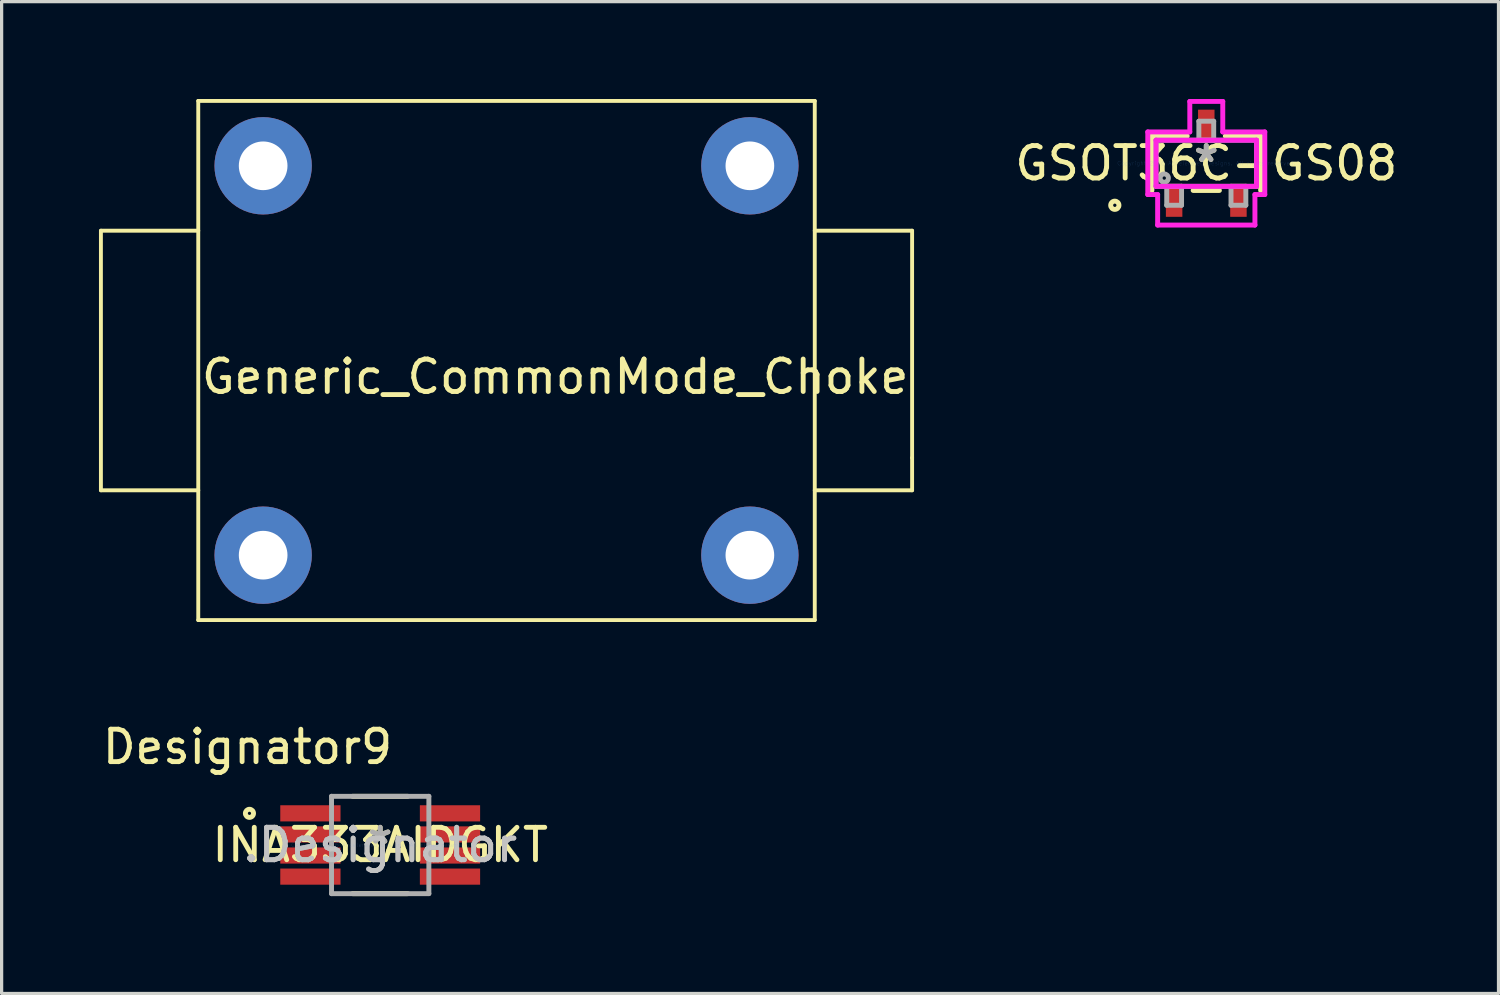
<source format=kicad_pcb>
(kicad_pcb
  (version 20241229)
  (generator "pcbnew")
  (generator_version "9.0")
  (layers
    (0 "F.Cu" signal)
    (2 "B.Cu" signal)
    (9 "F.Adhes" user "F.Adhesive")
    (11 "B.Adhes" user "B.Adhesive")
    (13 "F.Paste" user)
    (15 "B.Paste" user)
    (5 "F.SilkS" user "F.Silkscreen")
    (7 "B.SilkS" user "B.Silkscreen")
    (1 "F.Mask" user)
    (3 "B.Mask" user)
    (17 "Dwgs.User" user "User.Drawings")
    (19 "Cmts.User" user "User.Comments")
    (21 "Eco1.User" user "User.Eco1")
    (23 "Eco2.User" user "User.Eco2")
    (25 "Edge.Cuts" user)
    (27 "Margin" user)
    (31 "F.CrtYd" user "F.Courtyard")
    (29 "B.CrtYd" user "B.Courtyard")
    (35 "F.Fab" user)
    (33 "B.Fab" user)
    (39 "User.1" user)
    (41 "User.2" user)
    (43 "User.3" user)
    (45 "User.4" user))
  (footprint "GSOT36C-GS08"
    (layer "F.Cu")
    (at 34.126 1.981)
    (property "Reference" "GSOT36C-GS08" (at 0 0 0) (layer "F.SilkS") (effects (font (size 1 1) (thickness 0.15))))
    (attr through_hole)
    (fp_line (start -1.676 -0.838) (end -1.676 0.838) (stroke (width 0.152) (type solid)) (layer "F.SilkS"))
    (fp_line (start -0.587 -0.838) (end -1.676 -0.838) (stroke (width 0.152) (type solid)) (layer "F.SilkS"))
    (fp_line (start -0.404 0.838) (end 0.404 0.838) (stroke (width 0.152) (type solid)) (layer "F.SilkS"))
    (fp_line (start 1.676 -0.838) (end 0.587 -0.838) (stroke (width 0.152) (type solid)) (layer "F.SilkS"))
    (fp_line (start 1.676 0.838) (end 1.676 -0.838) (stroke (width 0.152) (type solid)) (layer "F.SilkS"))
    (fp_circle (center -2.819 1.295) (end -2.692 1.295) (stroke (width 0.152) (type solid)) (fill no) (layer "F.SilkS"))
    (fp_line (start -1.803 -0.965) (end -0.508 -0.965) (stroke (width 0.152) (type solid)) (layer "F.CrtYd"))
    (fp_line (start -1.803 0.965) (end -1.803 -0.965) (stroke (width 0.152) (type solid)) (layer "F.CrtYd"))
    (fp_line (start -1.549 -0.711) (end 1.549 -0.711) (stroke (width 0.152) (type solid)) (layer "F.CrtYd"))
    (fp_line (start -1.549 0.711) (end -1.549 -0.711) (stroke (width 0.152) (type solid)) (layer "F.CrtYd"))
    (fp_line (start -1.499 0.965) (end -1.803 0.965) (stroke (width 0.152) (type solid)) (layer "F.CrtYd"))
    (fp_line (start -1.499 1.905) (end -1.499 0.965) (stroke (width 0.152) (type solid)) (layer "F.CrtYd"))
    (fp_line (start -0.508 -1.905) (end 0.508 -1.905) (stroke (width 0.152) (type solid)) (layer "F.CrtYd"))
    (fp_line (start -0.508 -0.965) (end -0.508 -1.905) (stroke (width 0.152) (type solid)) (layer "F.CrtYd"))
    (fp_line (start 0.508 -1.905) (end 0.508 -0.965) (stroke (width 0.152) (type solid)) (layer "F.CrtYd"))
    (fp_line (start 0.508 -0.965) (end 1.803 -0.965) (stroke (width 0.152) (type solid)) (layer "F.CrtYd"))
    (fp_line (start 1.499 0.965) (end 1.499 1.905) (stroke (width 0.152) (type solid)) (layer "F.CrtYd"))
    (fp_line (start 1.499 1.905) (end -1.499 1.905) (stroke (width 0.152) (type solid)) (layer "F.CrtYd"))
    (fp_line (start 1.549 -0.711) (end 1.549 0.711) (stroke (width 0.152) (type solid)) (layer "F.CrtYd"))
    (fp_line (start 1.549 0.711) (end -1.549 0.711) (stroke (width 0.152) (type solid)) (layer "F.CrtYd"))
    (fp_line (start 1.803 -0.965) (end 1.803 0.965) (stroke (width 0.152) (type solid)) (layer "F.CrtYd"))
    (fp_line (start 1.803 0.965) (end 1.499 0.965) (stroke (width 0.152) (type solid)) (layer "F.CrtYd"))
    (fp_line (start -1.549 -0.711) (end -1.549 0.711) (stroke (width 0.152) (type solid)) (layer "F.Fab"))
    (fp_line (start -1.549 0.711) (end 1.549 0.711) (stroke (width 0.152) (type solid)) (layer "F.Fab"))
    (fp_line (start -1.219 0.711) (end -1.219 1.295) (stroke (width 0.152) (type solid)) (layer "F.Fab"))
    (fp_line (start -1.219 1.295) (end -0.762 1.295) (stroke (width 0.152) (type solid)) (layer "F.Fab"))
    (fp_line (start -0.762 0.711) (end -1.219 0.711) (stroke (width 0.152) (type solid)) (layer "F.Fab"))
    (fp_line (start -0.762 1.295) (end -0.762 0.711) (stroke (width 0.152) (type solid)) (layer "F.Fab"))
    (fp_line (start -0.229 -1.295) (end -0.229 -0.711) (stroke (width 0.152) (type solid)) (layer "F.Fab"))
    (fp_line (start -0.229 -0.711) (end 0.229 -0.711) (stroke (width 0.152) (type solid)) (layer "F.Fab"))
    (fp_line (start 0.229 -1.295) (end -0.229 -1.295) (stroke (width 0.152) (type solid)) (layer "F.Fab"))
    (fp_line (start 0.229 -0.711) (end 0.229 -1.295) (stroke (width 0.152) (type solid)) (layer "F.Fab"))
    (fp_line (start 0.762 0.711) (end 0.762 1.295) (stroke (width 0.152) (type solid)) (layer "F.Fab"))
    (fp_line (start 0.762 1.295) (end 1.219 1.295) (stroke (width 0.152) (type solid)) (layer "F.Fab"))
    (fp_line (start 1.219 0.711) (end 0.762 0.711) (stroke (width 0.152) (type solid)) (layer "F.Fab"))
    (fp_line (start 1.219 1.295) (end 1.219 0.711) (stroke (width 0.152) (type solid)) (layer "F.Fab"))
    (fp_line (start 1.549 -0.711) (end -1.549 -0.711) (stroke (width 0.152) (type solid)) (layer "F.Fab"))
    (fp_line (start 1.549 0.711) (end 1.549 -0.711) (stroke (width 0.152) (type solid)) (layer "F.Fab"))
    (fp_circle (center -1.295 0.457) (end -1.168 0.457) (stroke (width 0.152) (type solid)) (fill no) (layer "F.Fab"))
    (fp_text user "*" (at 0 0 0) (layer "F.SilkS") (effects (font (size 1 1) (thickness 0.15))))
    (fp_text user "Copyright 2016 Accelerated Designs. All rights reserved." (at 0 0 0) (layer "Cmts.User") (effects (font (size 0.127 0.127) (thickness 0.002))))
    (fp_text user "*" (at 0 0 0) (layer "F.Fab") (effects (font (size 1 1) (thickness 0.15))))
    (pad "1" smd rect (at -0.991 1.143) (size 0.508 1.016) (layers "F.Cu" "F.Mask" "F.Paste"))
    (pad "2" smd rect (at 0.991 1.143) (size 0.508 1.016) (layers "F.Cu" "F.Mask" "F.Paste"))
    (pad "3" smd rect (at 0 -1.143) (size 0.508 1.016) (layers "F.Cu" "F.Mask" "F.Paste")))
  (footprint "Generic_CommonMode_Choke"
    (layer "F.Cu")
    (at 14.06 8.06)
    (property "Reference" "Generic_CommonMode_Choke" (at 0 0.5 0) (layer "F.SilkS") (effects (font (size 1 1) (thickness 0.15))))
    (attr through_hole)
    (fp_line (start -14 -4) (end -14 4) (stroke (width 0.12) (type solid)) (layer "F.SilkS"))
    (fp_line (start -14 4) (end -11 4) (stroke (width 0.12) (type solid)) (layer "F.SilkS"))
    (fp_line (start -11 -8) (end -11 8) (stroke (width 0.12) (type solid)) (layer "F.SilkS"))
    (fp_line (start -11 -4) (end -14 -4) (stroke (width 0.12) (type solid)) (layer "F.SilkS"))
    (fp_line (start -11 8) (end 8 8) (stroke (width 0.12) (type solid)) (layer "F.SilkS"))
    (fp_line (start 8 -8) (end -11 -8) (stroke (width 0.12) (type solid)) (layer "F.SilkS"))
    (fp_line (start 8 -4) (end 11 -4) (stroke (width 0.12) (type solid)) (layer "F.SilkS"))
    (fp_line (start 8 8) (end 8 -8) (stroke (width 0.12) (type solid)) (layer "F.SilkS"))
    (fp_line (start 11 -4) (end 11 3) (stroke (width 0.12) (type solid)) (layer "F.SilkS"))
    (fp_line (start 11 3) (end 11 4) (stroke (width 0.12) (type solid)) (layer "F.SilkS"))
    (fp_line (start 11 4) (end 8 4) (stroke (width 0.12) (type solid)) (layer "F.SilkS"))
    (pad "1" thru_hole circle (at -9 -6) (size 3 3) (drill 1.5) (layers "*.Cu" "*.Mask"))
    (pad "2" thru_hole circle (at 6 -6) (size 3 3) (drill 1.5) (layers "*.Cu" "*.Mask"))
    (pad "3" thru_hole circle (at 6 6) (size 3 3) (drill 1.5) (layers "*.Cu" "*.Mask"))
    (pad "4" thru_hole circle (at -9 6) (size 3 3) (drill 1.5) (layers "*.Cu" "*.Mask")))
  (footprint "INA333AIDGKT"
    (layer "F.Cu")
    (at 8.667 22.991)
    (property "Reference" "INA333AIDGKT" (at 0 0 0) (layer "F.SilkS") (effects (font (size 1 1) (thickness 0.15))))
    (attr through_hole)
    (fp_line (start -0.848 -1.5) (end 0.848 -1.5) (stroke (width 0.152) (type solid)) (layer "F.SilkS"))
    (fp_line (start -0.848 1.5) (end 0.848 1.5) (stroke (width 0.152) (type solid)) (layer "F.SilkS"))
    (fp_circle (center -4.029 -0.975) (end -3.904 -0.975) (stroke (width 0.152) (type solid)) (fill no) (layer "F.SilkS"))
    (fp_line (start -1.5 -1.5) (end 1.5 -1.5) (stroke (width 0.152) (type solid)) (layer "F.Fab"))
    (fp_line (start -1.5 1.5) (end -1.5 -1.5) (stroke (width 0.152) (type solid)) (layer "F.Fab"))
    (fp_line (start -1.5 1.5) (end 1.5 1.5) (stroke (width 0.152) (type solid)) (layer "F.Fab"))
    (fp_line (start 1.5 1.5) (end 1.5 -1.5) (stroke (width 0.152) (type solid)) (layer "F.Fab"))
    (fp_text user "Designator9" (at -4.089 -3.023 0) (layer "F.SilkS") (effects (font (size 1 1) (thickness 0.15))))
    (fp_text user "*" (at 0 0 0) (layer "F.SilkS") (effects (font (size 1 1) (thickness 0.15))))
    (fp_text user ".Designator" (at 0 0 0) (layer "Dwgs.User") (effects (font (size 1 1) (thickness 0.15))))
    (fp_text user "Copyright 2016 Accelerated Designs. All rights reserved." (at 0 0 0) (layer "Cmts.User") (effects (font (size 0.127 0.127) (thickness 0.002))))
    (fp_text user "*" (at 0 0 0) (layer "F.Fab") (effects (font (size 1 1) (thickness 0.15))))
    (fp_text user ".Designator" (at 0 0 0) (layer "F.Fab") (effects (font (size 1 1) (thickness 0.15))))
    (pad "1" smd rect (at -2.151 -0.975) (size 1.857 0.498) (layers "F.Cu" "F.Mask" "F.Paste"))
    (pad "2" smd rect (at -2.151 -0.325) (size 1.857 0.498) (layers "F.Cu" "F.Mask" "F.Paste"))
    (pad "3" smd rect (at -2.151 0.325) (size 1.857 0.498) (layers "F.Cu" "F.Mask" "F.Paste"))
    (pad "4" smd rect (at -2.151 0.975) (size 1.857 0.498) (layers "F.Cu" "F.Mask" "F.Paste"))
    (pad "5" smd rect (at 2.151 0.975) (size 1.857 0.498) (layers "F.Cu" "F.Mask" "F.Paste"))
    (pad "6" smd rect (at 2.151 0.325) (size 1.857 0.498) (layers "F.Cu" "F.Mask" "F.Paste"))
    (pad "7" smd rect (at 2.151 -0.325) (size 1.857 0.498) (layers "F.Cu" "F.Mask" "F.Paste"))
    (pad "8" smd rect (at 2.151 -0.975) (size 1.857 0.498) (layers "F.Cu" "F.Mask" "F.Paste")))
  (gr_rect
    (start -3 -3)
    (end 43.132 27.567)
    (stroke (width 0.1) (type default))
    (fill no)
    (layer "Edge.Cuts")))
</source>
